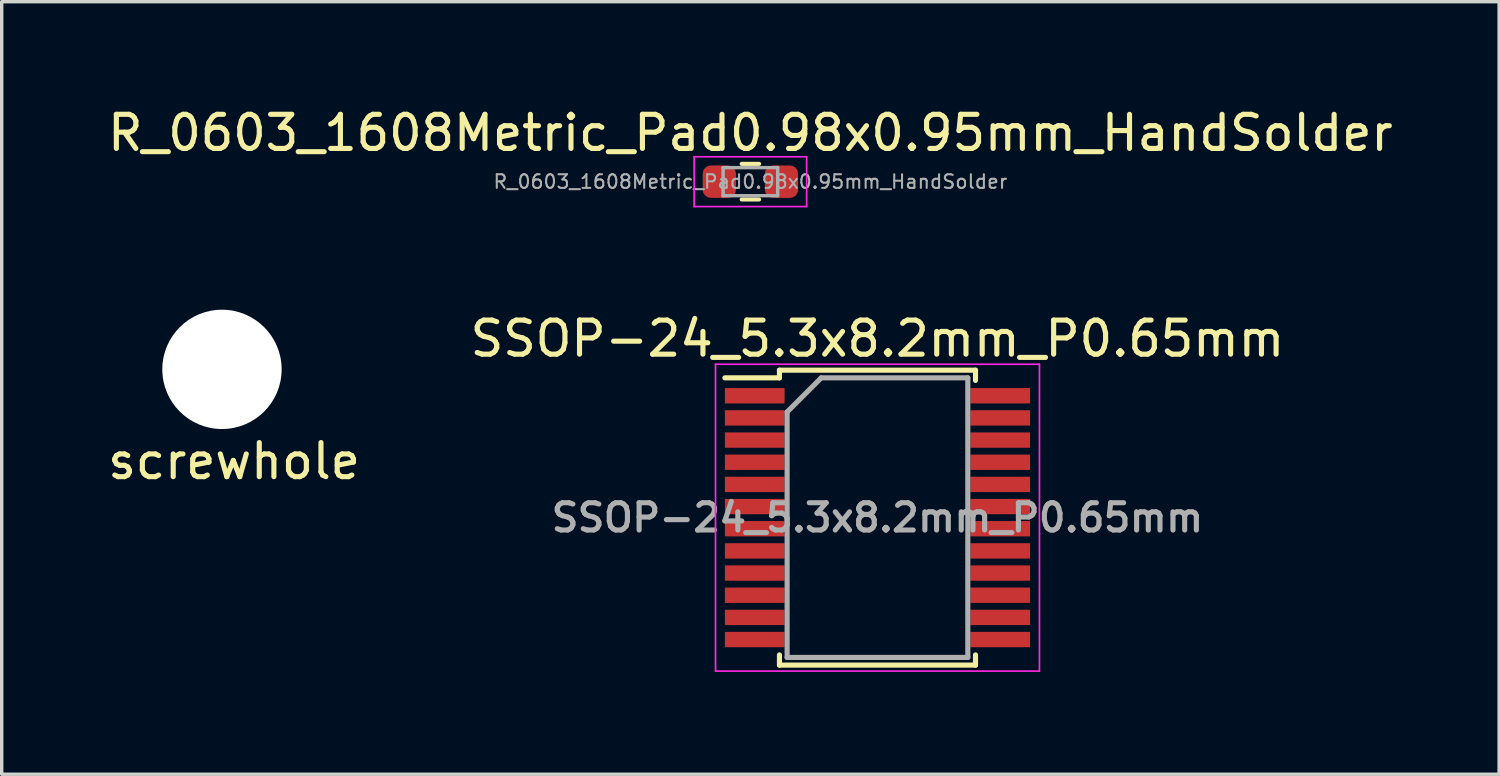
<source format=kicad_pcb>
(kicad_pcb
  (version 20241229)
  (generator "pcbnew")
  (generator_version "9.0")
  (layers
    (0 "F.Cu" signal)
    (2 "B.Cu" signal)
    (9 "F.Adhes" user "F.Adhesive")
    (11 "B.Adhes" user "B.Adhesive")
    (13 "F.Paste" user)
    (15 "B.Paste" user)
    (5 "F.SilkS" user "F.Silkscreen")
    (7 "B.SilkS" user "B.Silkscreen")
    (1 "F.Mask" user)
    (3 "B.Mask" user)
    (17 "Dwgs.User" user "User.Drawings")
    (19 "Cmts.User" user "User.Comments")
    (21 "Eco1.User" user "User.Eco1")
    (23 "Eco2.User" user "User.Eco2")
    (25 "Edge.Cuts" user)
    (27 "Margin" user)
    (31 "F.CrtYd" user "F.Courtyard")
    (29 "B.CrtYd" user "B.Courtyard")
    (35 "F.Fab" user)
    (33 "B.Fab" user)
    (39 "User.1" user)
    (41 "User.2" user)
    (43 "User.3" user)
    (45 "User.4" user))
  (footprint "SSOP-24_5.3x8.2mm_P0.65mm"
    (layer "F.Cu")
    (at 22.685 12.132)
    (property "Reference" "SSOP-24_5.3x8.2mm_P0.65mm" (at 0 -5.25 0) (layer "F.SilkS") (effects (font (size 1 1) (thickness 0.15))))
    (attr smd)
    (fp_line (start -2.875 -4.325) (end -2.875 -4.1) (stroke (width 0.15) (type solid)) (layer "F.SilkS"))
    (fp_line (start -2.875 -4.325) (end 2.875 -4.325) (stroke (width 0.15) (type solid)) (layer "F.SilkS"))
    (fp_line (start -2.875 -4.1) (end -4.475 -4.1) (stroke (width 0.15) (type solid)) (layer "F.SilkS"))
    (fp_line (start -2.875 4.325) (end -2.875 4.025) (stroke (width 0.15) (type solid)) (layer "F.SilkS"))
    (fp_line (start -2.875 4.325) (end 2.875 4.325) (stroke (width 0.15) (type solid)) (layer "F.SilkS"))
    (fp_line (start 2.875 -4.325) (end 2.875 -4.025) (stroke (width 0.15) (type solid)) (layer "F.SilkS"))
    (fp_line (start 2.875 4.325) (end 2.875 4.025) (stroke (width 0.15) (type solid)) (layer "F.SilkS"))
    (fp_line (start -4.75 -4.5) (end -4.75 4.5) (stroke (width 0.05) (type solid)) (layer "F.CrtYd"))
    (fp_line (start -4.75 -4.5) (end 4.75 -4.5) (stroke (width 0.05) (type solid)) (layer "F.CrtYd"))
    (fp_line (start -4.75 4.5) (end 4.75 4.5) (stroke (width 0.05) (type solid)) (layer "F.CrtYd"))
    (fp_line (start 4.75 -4.5) (end 4.75 4.5) (stroke (width 0.05) (type solid)) (layer "F.CrtYd"))
    (fp_line (start -2.65 -3.1) (end -1.65 -4.1) (stroke (width 0.15) (type solid)) (layer "F.Fab"))
    (fp_line (start -2.65 4.1) (end -2.65 -3.1) (stroke (width 0.15) (type solid)) (layer "F.Fab"))
    (fp_line (start -1.65 -4.1) (end 2.65 -4.1) (stroke (width 0.15) (type solid)) (layer "F.Fab"))
    (fp_line (start 2.65 -4.1) (end 2.65 4.1) (stroke (width 0.15) (type solid)) (layer "F.Fab"))
    (fp_line (start 2.65 4.1) (end -2.65 4.1) (stroke (width 0.15) (type solid)) (layer "F.Fab"))
    (fp_text user "${REFERENCE}" (at 0 0 0) (layer "F.Fab") (effects (font (size 0.8 0.8) (thickness 0.15))))
    (pad "1" smd rect (at -3.6 -3.575) (size 1.75 0.45) (layers "F.Cu" "F.Mask" "F.Paste"))
    (pad "2" smd rect (at -3.6 -2.925) (size 1.75 0.45) (layers "F.Cu" "F.Mask" "F.Paste"))
    (pad "3" smd rect (at -3.6 -2.275) (size 1.75 0.45) (layers "F.Cu" "F.Mask" "F.Paste"))
    (pad "4" smd rect (at -3.6 -1.625) (size 1.75 0.45) (layers "F.Cu" "F.Mask" "F.Paste"))
    (pad "5" smd rect (at -3.6 -0.975) (size 1.75 0.45) (layers "F.Cu" "F.Mask" "F.Paste"))
    (pad "6" smd rect (at -3.6 -0.325) (size 1.75 0.45) (layers "F.Cu" "F.Mask" "F.Paste"))
    (pad "7" smd rect (at -3.6 0.325) (size 1.75 0.45) (layers "F.Cu" "F.Mask" "F.Paste"))
    (pad "8" smd rect (at -3.6 0.975) (size 1.75 0.45) (layers "F.Cu" "F.Mask" "F.Paste"))
    (pad "9" smd rect (at -3.6 1.625) (size 1.75 0.45) (layers "F.Cu" "F.Mask" "F.Paste"))
    (pad "10" smd rect (at -3.6 2.275) (size 1.75 0.45) (layers "F.Cu" "F.Mask" "F.Paste"))
    (pad "11" smd rect (at -3.6 2.925) (size 1.75 0.45) (layers "F.Cu" "F.Mask" "F.Paste"))
    (pad "12" smd rect (at -3.6 3.575) (size 1.75 0.45) (layers "F.Cu" "F.Mask" "F.Paste"))
    (pad "13" smd rect (at 3.6 3.575) (size 1.75 0.45) (layers "F.Cu" "F.Mask" "F.Paste"))
    (pad "14" smd rect (at 3.6 2.925) (size 1.75 0.45) (layers "F.Cu" "F.Mask" "F.Paste"))
    (pad "15" smd rect (at 3.6 2.275) (size 1.75 0.45) (layers "F.Cu" "F.Mask" "F.Paste"))
    (pad "16" smd rect (at 3.6 1.625) (size 1.75 0.45) (layers "F.Cu" "F.Mask" "F.Paste"))
    (pad "17" smd rect (at 3.6 0.975) (size 1.75 0.45) (layers "F.Cu" "F.Mask" "F.Paste"))
    (pad "18" smd rect (at 3.6 0.325) (size 1.75 0.45) (layers "F.Cu" "F.Mask" "F.Paste"))
    (pad "19" smd rect (at 3.6 -0.325) (size 1.75 0.45) (layers "F.Cu" "F.Mask" "F.Paste"))
    (pad "20" smd rect (at 3.6 -0.975) (size 1.75 0.45) (layers "F.Cu" "F.Mask" "F.Paste"))
    (pad "21" smd rect (at 3.6 -1.625) (size 1.75 0.45) (layers "F.Cu" "F.Mask" "F.Paste"))
    (pad "22" smd rect (at 3.6 -2.275) (size 1.75 0.45) (layers "F.Cu" "F.Mask" "F.Paste"))
    (pad "23" smd rect (at 3.6 -2.925) (size 1.75 0.45) (layers "F.Cu" "F.Mask" "F.Paste"))
    (pad "24" smd rect (at 3.6 -3.575) (size 1.75 0.45) (layers "F.Cu" "F.Mask" "F.Paste")))
  (footprint "screwhole"
    (layer "F.Cu")
    (at 3.46 7.783)
    (property "Reference" "screwhole" (at 0.356 2.692 0) (layer "F.SilkS") (effects (font (size 1 1) (thickness 0.15))))
    (attr through_hole)
    (pad "" np_thru_hole circle (at 0 0) (size 3.5 3.5) (drill 3.5) (layers "*.Cu" "*.Mask")))
  (footprint "R_0603_1608Metric_Pad0.98x0.95mm_HandSolder"
    (layer "F.Cu")
    (at 18.958 2.278)
    (property "Reference" "R_0603_1608Metric_Pad0.98x0.95mm_HandSolder" (at 0 -1.43 180) (layer "F.SilkS") (effects (font (size 1 1) (thickness 0.15))))
    (attr smd)
    (fp_line (start -0.255 -0.522) (end 0.255 -0.522) (stroke (width 0.12) (type solid)) (layer "F.SilkS"))
    (fp_line (start -0.255 0.522) (end 0.255 0.522) (stroke (width 0.12) (type solid)) (layer "F.SilkS"))
    (fp_line (start -1.65 -0.73) (end 1.65 -0.73) (stroke (width 0.05) (type solid)) (layer "F.CrtYd"))
    (fp_line (start -1.65 0.73) (end -1.65 -0.73) (stroke (width 0.05) (type solid)) (layer "F.CrtYd"))
    (fp_line (start 1.65 -0.73) (end 1.65 0.73) (stroke (width 0.05) (type solid)) (layer "F.CrtYd"))
    (fp_line (start 1.65 0.73) (end -1.65 0.73) (stroke (width 0.05) (type solid)) (layer "F.CrtYd"))
    (fp_line (start -0.8 -0.412) (end 0.8 -0.412) (stroke (width 0.1) (type solid)) (layer "F.Fab"))
    (fp_line (start -0.8 0.412) (end -0.8 -0.412) (stroke (width 0.1) (type solid)) (layer "F.Fab"))
    (fp_line (start 0.8 -0.412) (end 0.8 0.412) (stroke (width 0.1) (type solid)) (layer "F.Fab"))
    (fp_line (start 0.8 0.412) (end -0.8 0.412) (stroke (width 0.1) (type solid)) (layer "F.Fab"))
    (fp_text user "${REFERENCE}" (at 0 0 180) (layer "F.Fab") (effects (font (size 0.4 0.4) (thickness 0.06))))
    (pad "1" smd roundrect (at -0.912 0) (size 0.975 0.95) (layers "F.Cu" "F.Mask" "F.Paste") (roundrect_rratio 0.25))
    (pad "2" smd roundrect (at 0.912 0) (size 0.975 0.95) (layers "F.Cu" "F.Mask" "F.Paste") (roundrect_rratio 0.25)))
  (gr_rect
    (start -3 -3)
    (end 40.917 19.657)
    (stroke (width 0.1) (type default))
    (fill no)
    (layer "Edge.Cuts")))
</source>
